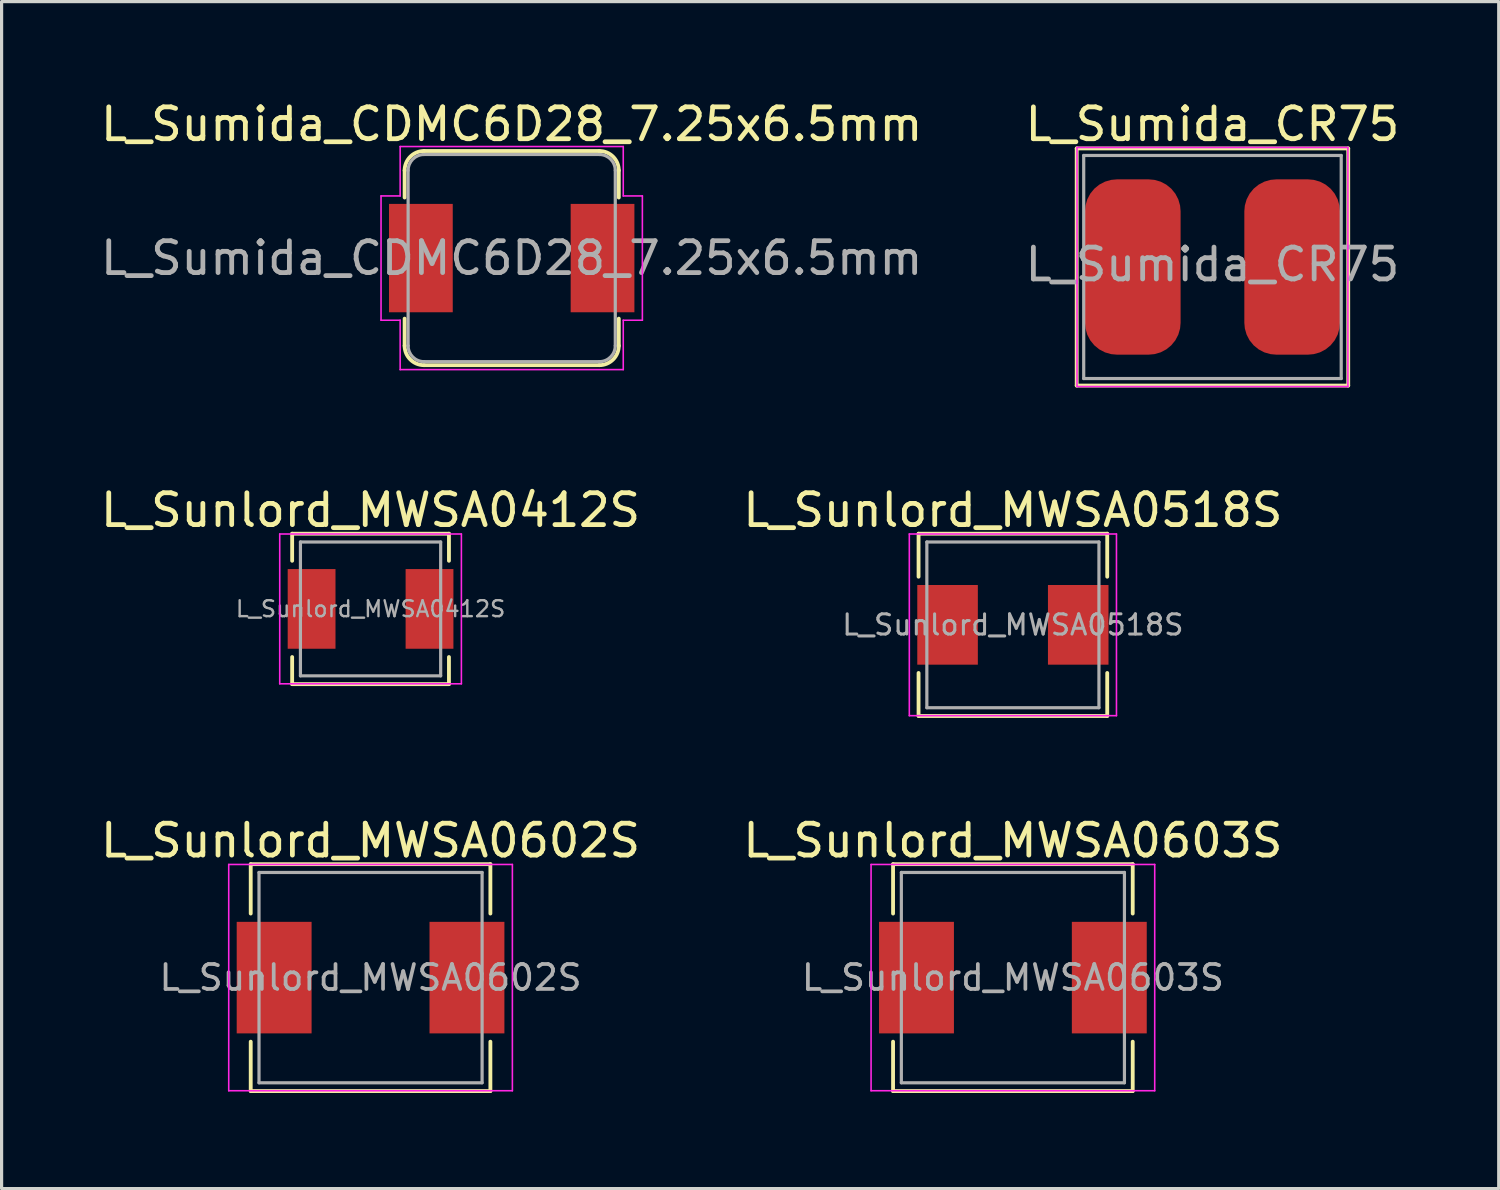
<source format=kicad_pcb>
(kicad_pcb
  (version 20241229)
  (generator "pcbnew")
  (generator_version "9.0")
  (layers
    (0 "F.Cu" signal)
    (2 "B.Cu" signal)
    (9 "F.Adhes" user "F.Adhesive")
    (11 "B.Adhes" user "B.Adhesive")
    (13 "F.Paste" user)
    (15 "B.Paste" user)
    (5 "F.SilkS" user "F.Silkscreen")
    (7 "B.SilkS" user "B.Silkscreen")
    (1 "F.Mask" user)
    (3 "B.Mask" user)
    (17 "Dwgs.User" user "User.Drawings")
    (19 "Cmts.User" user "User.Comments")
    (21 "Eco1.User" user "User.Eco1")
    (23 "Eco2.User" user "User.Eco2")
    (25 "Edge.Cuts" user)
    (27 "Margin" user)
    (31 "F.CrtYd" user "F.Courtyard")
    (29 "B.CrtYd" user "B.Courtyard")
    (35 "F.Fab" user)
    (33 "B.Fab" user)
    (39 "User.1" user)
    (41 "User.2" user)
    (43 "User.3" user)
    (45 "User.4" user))
  (footprint "L_Sunlord_MWSA0602S"
    (layer "F.Cu")
    (at 8.577 27.625)
    (property "Reference" "L_Sunlord_MWSA0602S" (at 0 -4.3 0) (layer "F.SilkS") (effects (font (size 1 1) (thickness 0.15))))
    (attr smd)
    (fp_line (start -3.76 -3.56) (end -3.76 -2.01) (stroke (width 0.12) (type solid)) (layer "F.SilkS"))
    (fp_line (start -3.76 -3.56) (end 3.76 -3.56) (stroke (width 0.12) (type solid)) (layer "F.SilkS"))
    (fp_line (start -3.76 3.56) (end -3.76 2.01) (stroke (width 0.12) (type solid)) (layer "F.SilkS"))
    (fp_line (start -3.76 3.56) (end 3.76 3.56) (stroke (width 0.12) (type solid)) (layer "F.SilkS"))
    (fp_line (start 3.76 -3.56) (end 3.76 -2.01) (stroke (width 0.12) (type solid)) (layer "F.SilkS"))
    (fp_line (start 3.76 3.56) (end 3.76 2.01) (stroke (width 0.12) (type solid)) (layer "F.SilkS"))
    (fp_line (start -4.45 -3.55) (end -4.45 3.55) (stroke (width 0.05) (type solid)) (layer "F.CrtYd"))
    (fp_line (start -4.45 3.55) (end 4.45 3.55) (stroke (width 0.05) (type solid)) (layer "F.CrtYd"))
    (fp_line (start 4.45 -3.55) (end -4.45 -3.55) (stroke (width 0.05) (type solid)) (layer "F.CrtYd"))
    (fp_line (start 4.45 3.55) (end 4.45 -3.55) (stroke (width 0.05) (type solid)) (layer "F.CrtYd"))
    (fp_line (start -3.5 -3.3) (end -3.5 3.3) (stroke (width 0.1) (type solid)) (layer "F.Fab"))
    (fp_line (start -3.5 3.3) (end 3.5 3.3) (stroke (width 0.1) (type solid)) (layer "F.Fab"))
    (fp_line (start 3.5 -3.3) (end -3.5 -3.3) (stroke (width 0.1) (type solid)) (layer "F.Fab"))
    (fp_line (start 3.5 3.3) (end 3.5 -3.3) (stroke (width 0.1) (type solid)) (layer "F.Fab"))
    (fp_text user "${REFERENCE}" (at 0 0 0) (layer "F.Fab") (effects (font (size 0.783 0.783) (thickness 0.117))))
    (pad "1" smd rect (at -3.025 0) (size 2.35 3.5) (layers "F.Cu" "F.Mask" "F.Paste"))
    (pad "2" smd rect (at 3.025 0) (size 2.35 3.5) (layers "F.Cu" "F.Mask" "F.Paste")))
  (footprint "L_Sunlord_MWSA0412S"
    (layer "F.Cu")
    (at 8.577 16.056)
    (property "Reference" "L_Sunlord_MWSA0412S" (at 0 -3.1 0) (layer "F.SilkS") (effects (font (size 1 1) (thickness 0.15))))
    (attr smd)
    (fp_line (start -2.46 -2.36) (end -2.46 -1.51) (stroke (width 0.12) (type solid)) (layer "F.SilkS"))
    (fp_line (start -2.46 -2.36) (end 2.46 -2.36) (stroke (width 0.12) (type solid)) (layer "F.SilkS"))
    (fp_line (start -2.46 2.36) (end -2.46 1.51) (stroke (width 0.12) (type solid)) (layer "F.SilkS"))
    (fp_line (start -2.46 2.36) (end 2.46 2.36) (stroke (width 0.12) (type solid)) (layer "F.SilkS"))
    (fp_line (start 2.46 -2.36) (end 2.46 -1.51) (stroke (width 0.12) (type solid)) (layer "F.SilkS"))
    (fp_line (start 2.46 2.36) (end 2.46 1.51) (stroke (width 0.12) (type solid)) (layer "F.SilkS"))
    (fp_line (start -2.85 -2.35) (end -2.85 2.35) (stroke (width 0.05) (type solid)) (layer "F.CrtYd"))
    (fp_line (start -2.85 2.35) (end 2.85 2.35) (stroke (width 0.05) (type solid)) (layer "F.CrtYd"))
    (fp_line (start 2.85 -2.35) (end -2.85 -2.35) (stroke (width 0.05) (type solid)) (layer "F.CrtYd"))
    (fp_line (start 2.85 2.35) (end 2.85 -2.35) (stroke (width 0.05) (type solid)) (layer "F.CrtYd"))
    (fp_line (start -2.2 -2.1) (end -2.2 2.1) (stroke (width 0.1) (type solid)) (layer "F.Fab"))
    (fp_line (start -2.2 2.1) (end 2.2 2.1) (stroke (width 0.1) (type solid)) (layer "F.Fab"))
    (fp_line (start 2.2 -2.1) (end -2.2 -2.1) (stroke (width 0.1) (type solid)) (layer "F.Fab"))
    (fp_line (start 2.2 2.1) (end 2.2 -2.1) (stroke (width 0.1) (type solid)) (layer "F.Fab"))
    (fp_text user "${REFERENCE}" (at 0 0 0) (layer "F.Fab") (effects (font (size 0.5 0.5) (thickness 0.075))))
    (pad "1" smd rect (at -1.85 0) (size 1.5 2.5) (layers "F.Cu" "F.Mask" "F.Paste"))
    (pad "2" smd rect (at 1.85 0) (size 1.5 2.5) (layers "F.Cu" "F.Mask" "F.Paste")))
  (footprint "L_Sunlord_MWSA0518S"
    (layer "F.Cu")
    (at 28.732 16.556)
    (property "Reference" "L_Sunlord_MWSA0518S" (at 0 -3.6 0) (layer "F.SilkS") (effects (font (size 1 1) (thickness 0.15))))
    (attr smd)
    (fp_line (start -2.96 -2.86) (end -2.96 -1.51) (stroke (width 0.12) (type solid)) (layer "F.SilkS"))
    (fp_line (start -2.96 -2.86) (end 2.96 -2.86) (stroke (width 0.12) (type solid)) (layer "F.SilkS"))
    (fp_line (start -2.96 2.86) (end -2.96 1.51) (stroke (width 0.12) (type solid)) (layer "F.SilkS"))
    (fp_line (start -2.96 2.86) (end 2.96 2.86) (stroke (width 0.12) (type solid)) (layer "F.SilkS"))
    (fp_line (start 2.96 -2.86) (end 2.96 -1.51) (stroke (width 0.12) (type solid)) (layer "F.SilkS"))
    (fp_line (start 2.96 2.86) (end 2.96 1.51) (stroke (width 0.12) (type solid)) (layer "F.SilkS"))
    (fp_line (start -3.25 -2.85) (end -3.25 2.85) (stroke (width 0.05) (type solid)) (layer "F.CrtYd"))
    (fp_line (start -3.25 2.85) (end 3.25 2.85) (stroke (width 0.05) (type solid)) (layer "F.CrtYd"))
    (fp_line (start 3.25 -2.85) (end -3.25 -2.85) (stroke (width 0.05) (type solid)) (layer "F.CrtYd"))
    (fp_line (start 3.25 2.85) (end 3.25 -2.85) (stroke (width 0.05) (type solid)) (layer "F.CrtYd"))
    (fp_line (start -2.7 -2.6) (end -2.7 2.6) (stroke (width 0.1) (type solid)) (layer "F.Fab"))
    (fp_line (start -2.7 2.6) (end 2.7 2.6) (stroke (width 0.1) (type solid)) (layer "F.Fab"))
    (fp_line (start 2.7 -2.6) (end -2.7 -2.6) (stroke (width 0.1) (type solid)) (layer "F.Fab"))
    (fp_line (start 2.7 2.6) (end 2.7 -2.6) (stroke (width 0.1) (type solid)) (layer "F.Fab"))
    (fp_text user "${REFERENCE}" (at 0 0 0) (layer "F.Fab") (effects (font (size 0.633 0.633) (thickness 0.095))))
    (pad "1" smd rect (at -2.05 0) (size 1.9 2.5) (layers "F.Cu" "F.Mask" "F.Paste"))
    (pad "2" smd rect (at 2.05 0) (size 1.9 2.5) (layers "F.Cu" "F.Mask" "F.Paste")))
  (footprint "L_Sunlord_MWSA0603S"
    (layer "F.Cu")
    (at 28.732 27.625)
    (property "Reference" "L_Sunlord_MWSA0603S" (at 0 -4.3 0) (layer "F.SilkS") (effects (font (size 1 1) (thickness 0.15))))
    (attr smd)
    (fp_line (start -3.76 -3.56) (end -3.76 -2.01) (stroke (width 0.12) (type solid)) (layer "F.SilkS"))
    (fp_line (start -3.76 -3.56) (end 3.76 -3.56) (stroke (width 0.12) (type solid)) (layer "F.SilkS"))
    (fp_line (start -3.76 3.56) (end -3.76 2.01) (stroke (width 0.12) (type solid)) (layer "F.SilkS"))
    (fp_line (start -3.76 3.56) (end 3.76 3.56) (stroke (width 0.12) (type solid)) (layer "F.SilkS"))
    (fp_line (start 3.76 -3.56) (end 3.76 -2.01) (stroke (width 0.12) (type solid)) (layer "F.SilkS"))
    (fp_line (start 3.76 3.56) (end 3.76 2.01) (stroke (width 0.12) (type solid)) (layer "F.SilkS"))
    (fp_line (start -4.45 -3.55) (end -4.45 3.55) (stroke (width 0.05) (type solid)) (layer "F.CrtYd"))
    (fp_line (start -4.45 3.55) (end 4.45 3.55) (stroke (width 0.05) (type solid)) (layer "F.CrtYd"))
    (fp_line (start 4.45 -3.55) (end -4.45 -3.55) (stroke (width 0.05) (type solid)) (layer "F.CrtYd"))
    (fp_line (start 4.45 3.55) (end 4.45 -3.55) (stroke (width 0.05) (type solid)) (layer "F.CrtYd"))
    (fp_line (start -3.5 -3.3) (end -3.5 3.3) (stroke (width 0.1) (type solid)) (layer "F.Fab"))
    (fp_line (start -3.5 3.3) (end 3.5 3.3) (stroke (width 0.1) (type solid)) (layer "F.Fab"))
    (fp_line (start 3.5 -3.3) (end -3.5 -3.3) (stroke (width 0.1) (type solid)) (layer "F.Fab"))
    (fp_line (start 3.5 3.3) (end 3.5 -3.3) (stroke (width 0.1) (type solid)) (layer "F.Fab"))
    (fp_text user "${REFERENCE}" (at 0 0 0) (layer "F.Fab") (effects (font (size 0.783 0.783) (thickness 0.117))))
    (pad "1" smd rect (at -3.025 0) (size 2.35 3.5) (layers "F.Cu" "F.Mask" "F.Paste"))
    (pad "2" smd rect (at 3.025 0) (size 2.35 3.5) (layers "F.Cu" "F.Mask" "F.Paste")))
  (footprint "L_Sumida_CDMC6D28_7.25x6.5mm"
    (layer "F.Cu")
    (at 13.006 5.048)
    (property "Reference" "L_Sumida_CDMC6D28_7.25x6.5mm" (at 0 -4.2 0) (layer "F.SilkS") (effects (font (size 1 1) (thickness 0.15))))
    (attr smd)
    (fp_line (start -3.36 -1.9) (end -3.36 -2.75) (stroke (width 0.12) (type solid)) (layer "F.SilkS"))
    (fp_line (start -3.36 2.75) (end -3.36 1.9) (stroke (width 0.12) (type solid)) (layer "F.SilkS"))
    (fp_line (start -2.75 -3.36) (end 2.75 -3.36) (stroke (width 0.12) (type solid)) (layer "F.SilkS"))
    (fp_line (start 2.75 3.36) (end -2.75 3.36) (stroke (width 0.12) (type solid)) (layer "F.SilkS"))
    (fp_line (start 3.36 -2.75) (end 3.36 -1.9) (stroke (width 0.12) (type solid)) (layer "F.SilkS"))
    (fp_line (start 3.36 1.9) (end 3.36 2.75) (stroke (width 0.12) (type solid)) (layer "F.SilkS"))
    (fp_arc (start -3.36 -2.75) (mid -3.181335 -3.181335) (end -2.75 -3.36) (stroke (width 0.12) (type solid)) (layer "F.SilkS"))
    (fp_arc (start -2.75 3.36) (mid -3.181335 3.181335) (end -3.36 2.75) (stroke (width 0.12) (type solid)) (layer "F.SilkS"))
    (fp_arc (start 2.75 -3.36) (mid 3.181335 -3.181335) (end 3.36 -2.75) (stroke (width 0.12) (type solid)) (layer "F.SilkS"))
    (fp_arc (start 3.36 2.75) (mid 3.181335 3.181335) (end 2.75 3.36) (stroke (width 0.12) (type solid)) (layer "F.SilkS"))
    (fp_line (start -4.1 -1.95) (end -3.5 -1.95) (stroke (width 0.05) (type solid)) (layer "F.CrtYd"))
    (fp_line (start -4.1 1.95) (end -4.1 -1.95) (stroke (width 0.05) (type solid)) (layer "F.CrtYd"))
    (fp_line (start -3.5 -3.5) (end 3.5 -3.5) (stroke (width 0.05) (type solid)) (layer "F.CrtYd"))
    (fp_line (start -3.5 -1.95) (end -3.5 -3.5) (stroke (width 0.05) (type solid)) (layer "F.CrtYd"))
    (fp_line (start -3.5 1.95) (end -4.1 1.95) (stroke (width 0.05) (type solid)) (layer "F.CrtYd"))
    (fp_line (start -3.5 3.5) (end -3.5 1.95) (stroke (width 0.05) (type solid)) (layer "F.CrtYd"))
    (fp_line (start 3.5 -3.5) (end 3.5 -1.95) (stroke (width 0.05) (type solid)) (layer "F.CrtYd"))
    (fp_line (start 3.5 -1.95) (end 4.1 -1.95) (stroke (width 0.05) (type solid)) (layer "F.CrtYd"))
    (fp_line (start 3.5 1.95) (end 3.5 3.5) (stroke (width 0.05) (type solid)) (layer "F.CrtYd"))
    (fp_line (start 3.5 3.5) (end -3.5 3.5) (stroke (width 0.05) (type solid)) (layer "F.CrtYd"))
    (fp_line (start 4.1 -1.95) (end 4.1 1.95) (stroke (width 0.05) (type solid)) (layer "F.CrtYd"))
    (fp_line (start 4.1 1.95) (end 3.5 1.95) (stroke (width 0.05) (type solid)) (layer "F.CrtYd"))
    (fp_line (start -3.25 2.75) (end -3.25 -2.75) (stroke (width 0.1) (type solid)) (layer "F.Fab"))
    (fp_line (start -2.75 -3.25) (end 2.75 -3.25) (stroke (width 0.1) (type solid)) (layer "F.Fab"))
    (fp_line (start 2.75 3.25) (end -2.75 3.25) (stroke (width 0.1) (type solid)) (layer "F.Fab"))
    (fp_line (start 3.25 -2.75) (end 3.25 2.75) (stroke (width 0.1) (type solid)) (layer "F.Fab"))
    (fp_arc (start -3.25 -2.75) (mid -3.103553 -3.103553) (end -2.75 -3.25) (stroke (width 0.1) (type solid)) (layer "F.Fab"))
    (fp_arc (start -2.75 3.25) (mid -3.103553 3.103553) (end -3.25 2.75) (stroke (width 0.1) (type solid)) (layer "F.Fab"))
    (fp_arc (start 2.75 -3.25) (mid 3.103553 -3.103553) (end 3.25 -2.75) (stroke (width 0.1) (type solid)) (layer "F.Fab"))
    (fp_arc (start 3.25 2.75) (mid 3.103553 3.103553) (end 2.75 3.25) (stroke (width 0.1) (type solid)) (layer "F.Fab"))
    (fp_text user "${REFERENCE}" (at 0 0 0) (layer "F.Fab") (effects (font (size 1 1) (thickness 0.15))))
    (pad "1" smd rect (at -2.85 0) (size 2 3.4) (layers "F.Cu" "F.Mask" "F.Paste"))
    (pad "2" smd rect (at 2.85 0) (size 2 3.4) (layers "F.Cu" "F.Mask" "F.Paste")))
  (footprint "L_Sumida_CR75"
    (layer "F.Cu")
    (at 34.994 5.328)
    (property "Reference" "L_Sumida_CR75" (at 0 -4.48 180) (layer "F.SilkS") (effects (font (size 1 1) (thickness 0.15))))
    (attr smd)
    (fp_line (start -4.26 -3.72) (end 4.26 -3.72) (stroke (width 0.12) (type solid)) (layer "F.SilkS"))
    (fp_line (start -4.26 3.72) (end -4.26 -3.72) (stroke (width 0.12) (type solid)) (layer "F.SilkS"))
    (fp_line (start 4.26 -3.72) (end 4.26 3.72) (stroke (width 0.12) (type solid)) (layer "F.SilkS"))
    (fp_line (start 4.26 3.72) (end -4.26 3.72) (stroke (width 0.12) (type solid)) (layer "F.SilkS"))
    (fp_line (start -4.25 -3.75) (end -4.25 3.75) (stroke (width 0.05) (type solid)) (layer "F.CrtYd"))
    (fp_line (start -4.25 3.75) (end 4.25 3.75) (stroke (width 0.05) (type solid)) (layer "F.CrtYd"))
    (fp_line (start 4.25 -3.75) (end -4.25 -3.75) (stroke (width 0.05) (type solid)) (layer "F.CrtYd"))
    (fp_line (start 4.25 3.75) (end 4.25 -3.75) (stroke (width 0.05) (type solid)) (layer "F.CrtYd"))
    (fp_line (start -4.04 -3.5) (end -4.04 3.5) (stroke (width 0.1) (type solid)) (layer "F.Fab"))
    (fp_line (start -4.04 3.5) (end 4.04 3.5) (stroke (width 0.1) (type solid)) (layer "F.Fab"))
    (fp_line (start 4.04 -3.5) (end -4.04 -3.5) (stroke (width 0.1) (type solid)) (layer "F.Fab"))
    (fp_line (start 4.04 3.5) (end 4.04 -3.5) (stroke (width 0.1) (type solid)) (layer "F.Fab"))
    (fp_text user "${REFERENCE}" (at 0 -0.08 0) (layer "F.Fab") (effects (font (size 1 1) (thickness 0.15))))
    (pad "1" smd roundrect (at -2.5 0) (size 3 5.5) (layers "F.Cu" "F.Mask" "F.Paste") (roundrect_rratio 0.333))
    (pad "2" smd roundrect (at 2.5 0) (size 3 5.5) (layers "F.Cu" "F.Mask" "F.Paste") (roundrect_rratio 0.333)))
  (gr_rect
    (start -3 -3)
    (end 43.976 34.245)
    (stroke (width 0.1) (type default))
    (fill no)
    (layer "Edge.Cuts")))
</source>
